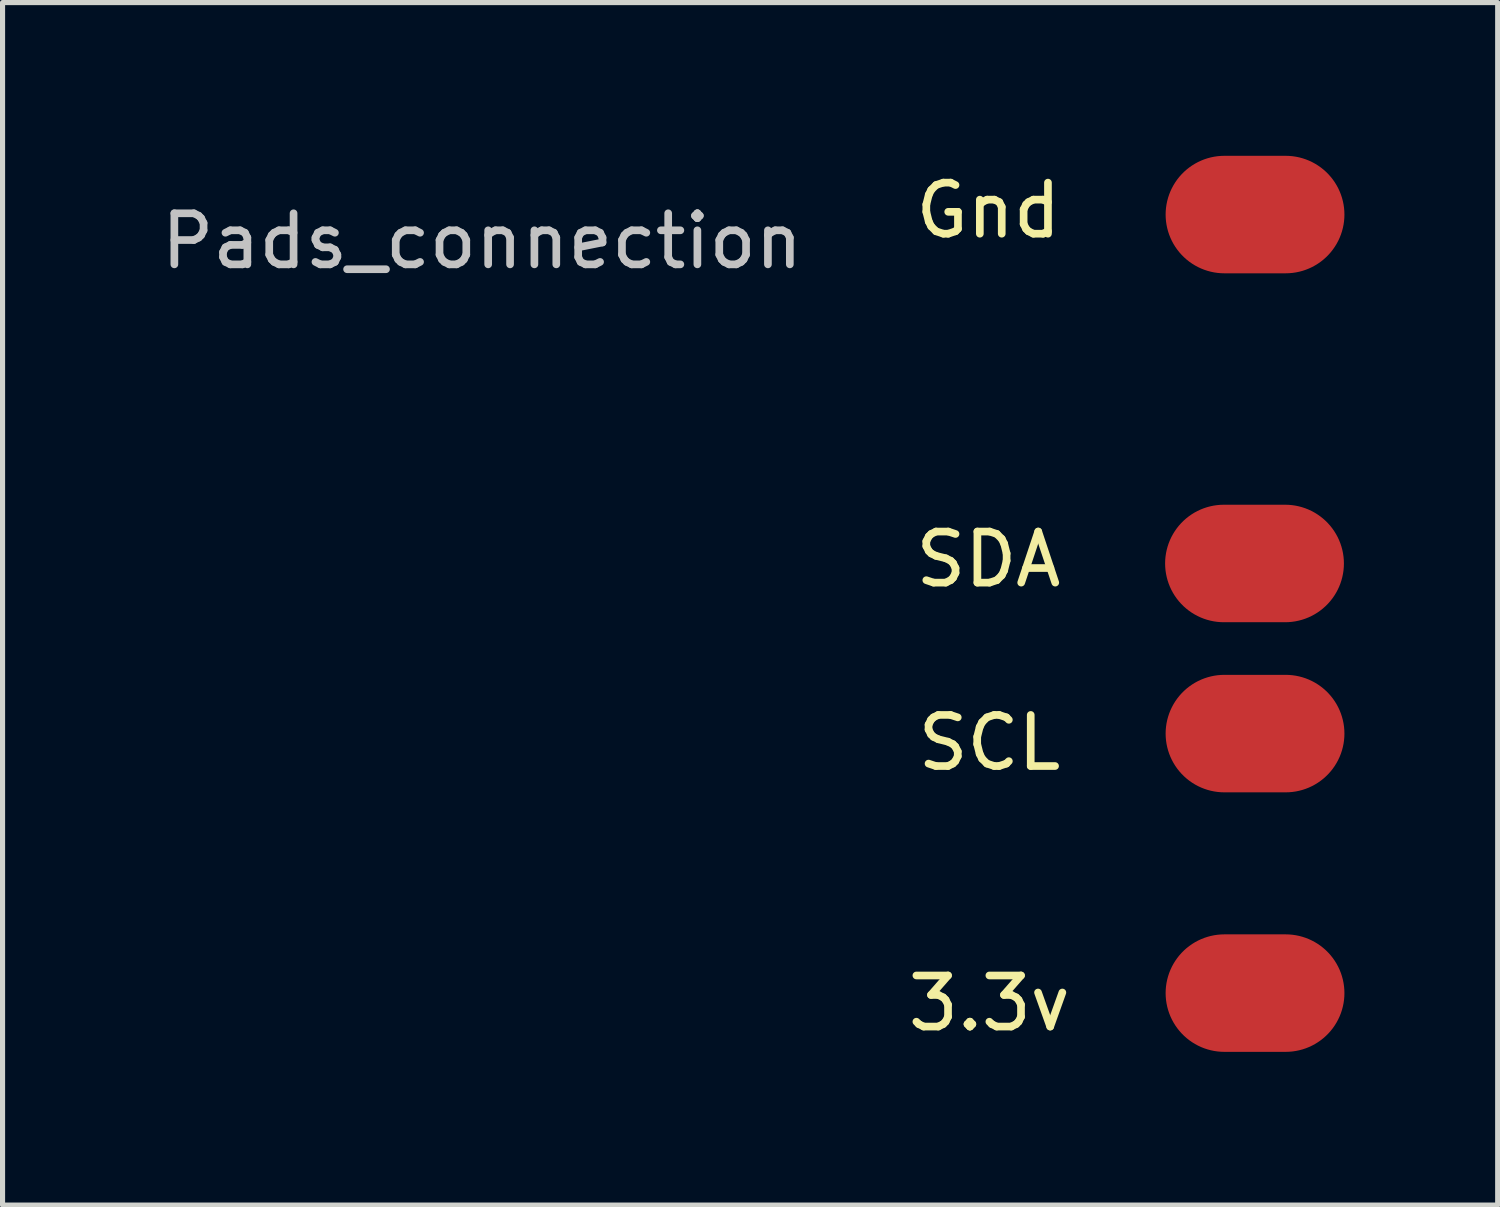
<source format=kicad_pcb>
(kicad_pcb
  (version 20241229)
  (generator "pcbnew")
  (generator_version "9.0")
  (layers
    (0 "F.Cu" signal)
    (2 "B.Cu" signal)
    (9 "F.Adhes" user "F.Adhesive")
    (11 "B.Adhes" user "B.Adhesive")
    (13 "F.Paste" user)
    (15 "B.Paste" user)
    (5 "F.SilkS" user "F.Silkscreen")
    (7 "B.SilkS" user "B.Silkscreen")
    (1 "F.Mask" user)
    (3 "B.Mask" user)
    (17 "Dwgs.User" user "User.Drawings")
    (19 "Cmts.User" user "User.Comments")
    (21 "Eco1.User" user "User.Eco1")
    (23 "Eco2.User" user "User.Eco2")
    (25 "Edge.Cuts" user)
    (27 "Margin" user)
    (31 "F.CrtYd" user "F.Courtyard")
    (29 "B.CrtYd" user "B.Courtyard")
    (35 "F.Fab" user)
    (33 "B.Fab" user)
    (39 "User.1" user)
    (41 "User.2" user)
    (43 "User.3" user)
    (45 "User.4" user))
  (footprint "Pads_connection"
    (layer "F.Cu")
    (at 21.517 3.69)
    (property "Reference" "Pads_connection" (at -15.13 -2.02 0) (layer "Dwgs.User") (effects (font (size 1 1) (thickness 0.15))))
    (attr through_hole)
    (fp_text user "SDA" (at -5.22 4.21 0) (layer "F.SilkS") (effects (font (size 1 1) (thickness 0.15))))
    (fp_text user "Gnd" (at -5.22 -2.62 0) (layer "F.SilkS") (effects (font (size 1 1) (thickness 0.15))))
    (fp_text user "SCL" (at -5.2 7.8 0) (layer "F.SilkS") (effects (font (size 1 1) (thickness 0.15))))
    (fp_text user "3.3v" (at -5.2 12.9 0) (layer "F.SilkS") (effects (font (size 1 1) (thickness 0.15))))
    (pad "1" smd oval (at 0 -2.54) (size 3.5 2.3) (layers "F.Cu" "F.Mask"))
    (pad "3" smd oval (at -0.01 4.29) (size 3.5 2.3) (layers "F.Cu" "F.Mask"))
    (pad "4" smd oval (at 0 7.62) (size 3.5 2.3) (layers "F.Cu" "F.Mask"))
    (pad "5" smd oval (at 0 12.7) (size 3.5 2.3) (layers "F.Cu" "F.Mask")))
  (gr_rect
    (start -3 -3)
    (end 26.267 20.54)
    (stroke (width 0.1) (type default))
    (fill no)
    (layer "Edge.Cuts")))
</source>
